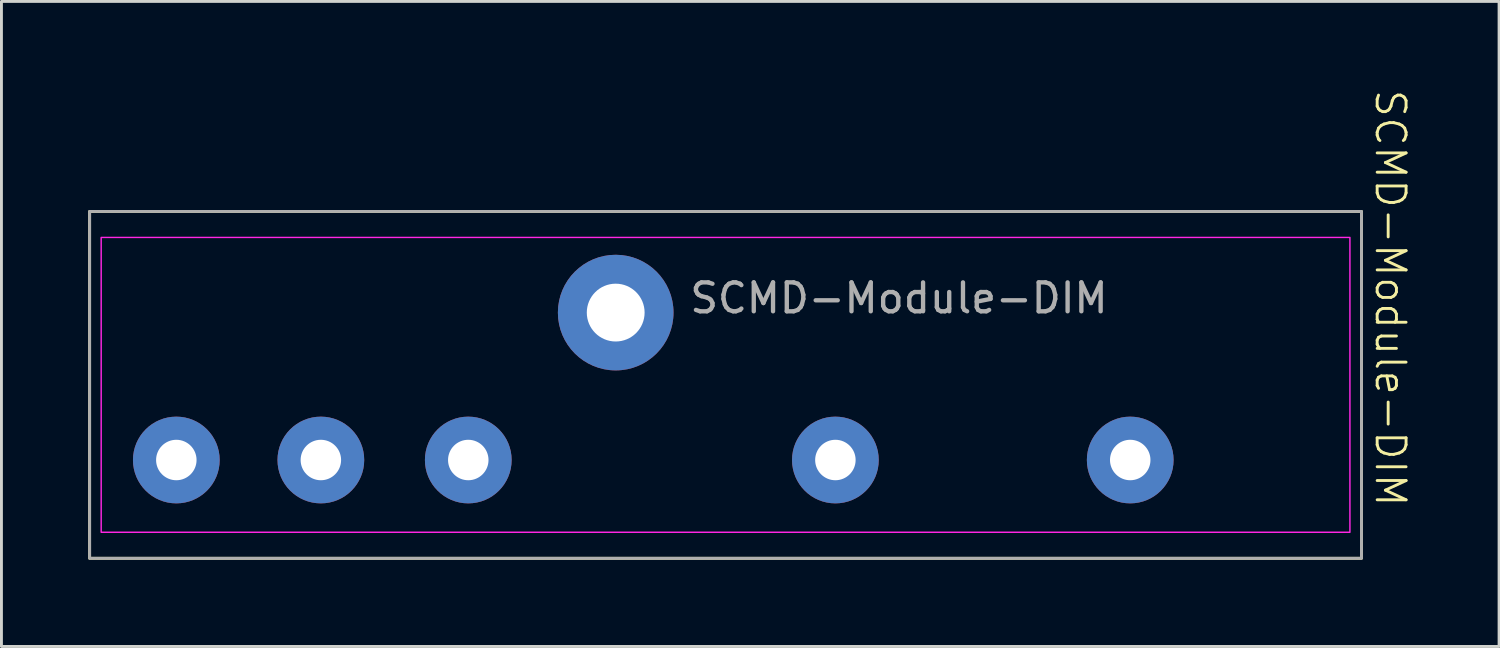
<source format=kicad_pcb>
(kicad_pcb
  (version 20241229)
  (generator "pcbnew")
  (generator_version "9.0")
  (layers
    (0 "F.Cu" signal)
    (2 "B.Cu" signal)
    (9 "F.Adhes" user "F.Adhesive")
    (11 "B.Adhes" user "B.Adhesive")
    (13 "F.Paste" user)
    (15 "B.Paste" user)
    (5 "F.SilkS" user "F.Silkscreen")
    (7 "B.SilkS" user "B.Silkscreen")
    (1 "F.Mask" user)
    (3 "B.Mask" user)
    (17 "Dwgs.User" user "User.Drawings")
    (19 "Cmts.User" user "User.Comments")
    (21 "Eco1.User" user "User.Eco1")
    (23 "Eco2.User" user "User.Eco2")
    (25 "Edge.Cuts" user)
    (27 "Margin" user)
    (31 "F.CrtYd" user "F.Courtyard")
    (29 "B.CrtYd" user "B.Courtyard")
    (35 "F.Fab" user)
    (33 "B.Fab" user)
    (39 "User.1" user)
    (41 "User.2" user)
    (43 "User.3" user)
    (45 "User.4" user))
  (footprint "SCMD-Module-DIM"
    (layer "F.Cu")
    (at 22.05 10.264)
    (property "Reference" "SCMD-Module-DIM" (at 23 -3 270) (unlocked yes) (layer "F.SilkS") (effects (font (size 1 1) (thickness 0.1))))
    (fp_rect (start -22 -6) (end 22 6) (stroke (width 0.1) (type default)) (fill no) (layer "F.SilkS"))
    (fp_rect (start -21.6 -5.1) (end 21.6 5.1) (stroke (width 0.05) (type default)) (fill no) (layer "F.CrtYd"))
    (fp_rect (start -22 -6) (end 22 6) (stroke (width 0.1) (type default)) (fill no) (layer "F.Fab"))
    (fp_text user "${REFERENCE}" (at 6 -3 0) (unlocked yes) (layer "F.Fab") (effects (font (size 1 1) (thickness 0.15))))
    (pad "" thru_hole circle (at -3.8 -2.5) (size 4 4) (drill 2) (layers "*.Cu" "*.Mask"))
    (pad "1" thru_hole circle (at 14 2.6) (size 3 3) (drill 1.4) (layers "*.Cu" "*.Mask"))
    (pad "2" thru_hole circle (at 3.8 2.6) (size 3 3) (drill 1.4) (layers "*.Cu" "*.Mask"))
    (pad "3" thru_hole circle (at -8.9 2.6) (size 3 3) (drill 1.4) (layers "*.Cu" "*.Mask"))
    (pad "4" thru_hole circle (at -14 2.6) (size 3 3) (drill 1.4) (layers "*.Cu" "*.Mask"))
    (pad "5" thru_hole circle (at -19 2.6) (size 3 3) (drill 1.4) (layers "*.Cu" "*.Mask")))
  (gr_rect
    (start -3 -3)
    (end 48.81 19.314)
    (stroke (width 0.1) (type default))
    (fill no)
    (layer "Edge.Cuts")))
</source>
